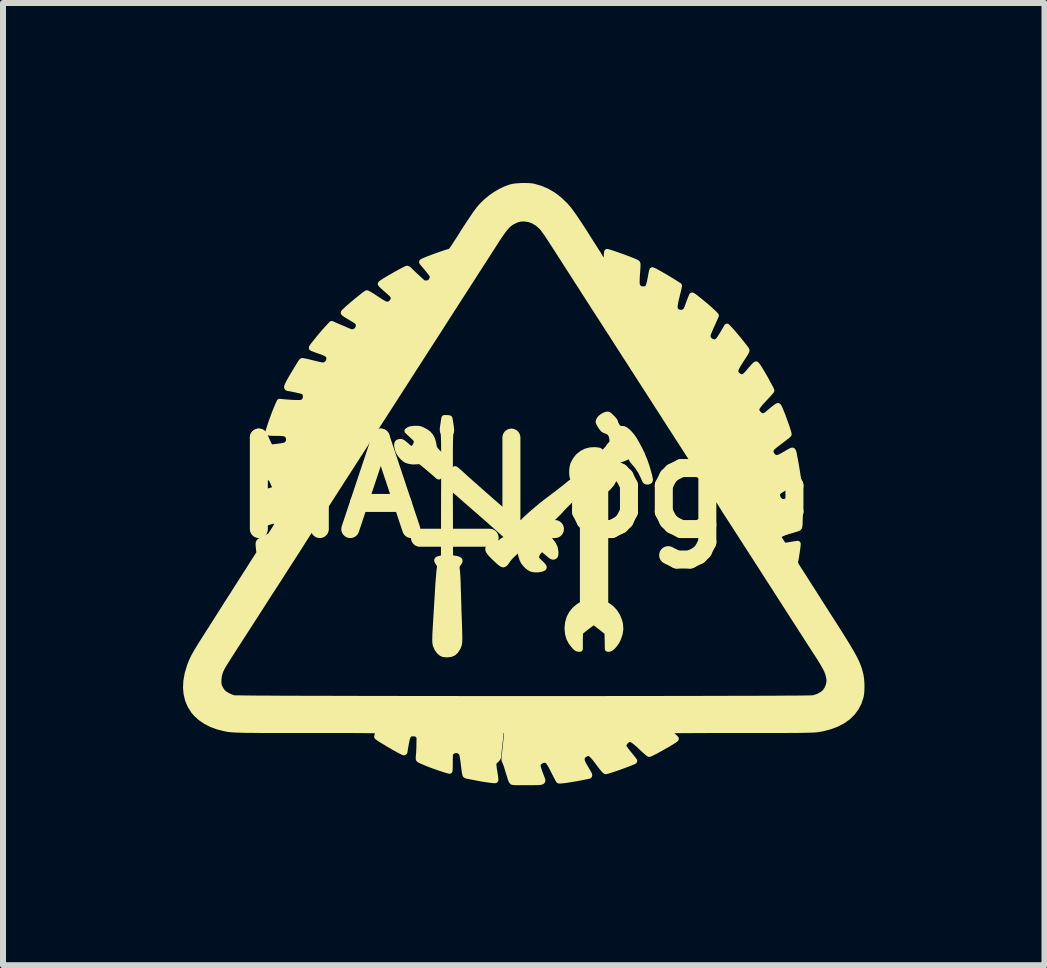
<source format=kicad_pcb>
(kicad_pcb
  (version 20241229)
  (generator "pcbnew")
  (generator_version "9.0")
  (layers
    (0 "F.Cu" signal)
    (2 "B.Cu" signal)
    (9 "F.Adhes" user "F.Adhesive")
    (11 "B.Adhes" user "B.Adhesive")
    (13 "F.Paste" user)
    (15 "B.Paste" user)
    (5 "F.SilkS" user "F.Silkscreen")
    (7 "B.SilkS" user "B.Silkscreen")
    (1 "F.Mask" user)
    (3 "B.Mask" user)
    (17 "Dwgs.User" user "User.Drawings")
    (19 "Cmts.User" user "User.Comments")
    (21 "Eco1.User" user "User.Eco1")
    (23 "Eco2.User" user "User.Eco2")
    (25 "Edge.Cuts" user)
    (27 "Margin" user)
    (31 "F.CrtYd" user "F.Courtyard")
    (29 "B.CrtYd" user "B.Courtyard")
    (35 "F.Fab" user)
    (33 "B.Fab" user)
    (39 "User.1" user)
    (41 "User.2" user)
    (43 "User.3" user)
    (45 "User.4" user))
  (footprint "MA_Logo"
    (layer "F.Cu")
    (at 5.691 5.078)
    (property "Reference" "MA_Logo" (at 0 0 0) (layer "F.SilkS") (effects (font (size 1.524 1.524) (thickness 0.3))))
    (attr through_hole)
    (fp_poly (pts (xy -0.14 1.056) (xy -0.201 1.113) (xy -0.231 1.143) (xy -0.26 1.176) (xy -0.283 1.204) (xy -0.289 1.214) (xy -0.313 1.25) (xy -0.334 1.271) (xy -0.354 1.278) (xy -0.376 1.271) (xy -0.404 1.25) (xy -0.417 1.239) (xy -0.477 1.184) (xy -0.524 1.139) (xy -0.559 1.102) (xy -0.583 1.072) (xy -0.598 1.048) (xy -0.604 1.029) (xy -0.602 1.013) (xy -0.6 1.008) (xy -0.587 0.999) (xy -0.562 0.986) (xy -0.529 0.974) (xy -0.516 0.969) (xy -0.443 0.94) (xy -0.392 0.909) (xy -0.368 0.891) (xy -0.349 0.878) (xy -0.339 0.872) (xy -0.339 0.872) (xy -0.331 0.878) (xy -0.314 0.893) (xy -0.289 0.916) (xy -0.258 0.945) (xy -0.237 0.964) (xy -0.14 1.056)) (stroke (width 0.1) (type solid)) (fill yes) (layer "F.SilkS"))
    (fp_poly (pts (xy 0.917 0.061) (xy 0.78 0.192) (xy 0.737 0.234) (xy 0.696 0.274) (xy 0.659 0.312) (xy 0.629 0.343) (xy 0.608 0.366) (xy 0.604 0.372) (xy 0.587 0.39) (xy 0.562 0.416) (xy 0.53 0.448) (xy 0.493 0.484) (xy 0.453 0.522) (xy 0.411 0.562) (xy 0.37 0.6) (xy 0.332 0.635) (xy 0.298 0.665) (xy 0.27 0.689) (xy 0.251 0.704) (xy 0.241 0.71) (xy 0.241 0.71) (xy 0.228 0.708) (xy 0.205 0.705) (xy 0.19 0.704) (xy 0.155 0.695) (xy 0.124 0.681) (xy 0.119 0.678) (xy 0.087 0.655) (xy 0.056 0.631) (xy 0.027 0.608) (xy 0.003 0.588) (xy -0.013 0.574) (xy -0.017 0.568) (xy -0.011 0.559) (xy 0.007 0.54) (xy 0.034 0.515) (xy 0.069 0.483) (xy 0.109 0.447) (xy 0.154 0.408) (xy 0.201 0.368) (xy 0.248 0.329) (xy 0.293 0.291) (xy 0.336 0.257) (xy 0.368 0.232) (xy 0.451 0.17) (xy 0.521 0.117) (xy 0.58 0.072) (xy 0.628 0.034) (xy 0.668 0.003) (xy 0.699 -0.022) (xy 0.724 -0.042) (xy 0.728 -0.046) (xy 0.754 -0.067) (xy 0.775 -0.084) (xy 0.787 -0.092) (xy 0.789 -0.093) (xy 0.796 -0.086) (xy 0.808 -0.069) (xy 0.814 -0.058) (xy 0.829 -0.033) (xy 0.853 -0.004) (xy 0.874 0.019) (xy 0.917 0.061)) (stroke (width 0.1) (type solid)) (fill yes) (layer "F.SilkS"))
    (fp_poly (pts (xy -1.414 -0.37) (xy -1.414 -0.308) (xy -1.415 -0.262) (xy -1.416 -0.228) (xy -1.418 -0.206) (xy -1.42 -0.193) (xy -1.424 -0.187) (xy -1.426 -0.186) (xy -1.439 -0.19) (xy -1.441 -0.193) (xy -1.448 -0.2) (xy -1.466 -0.216) (xy -1.492 -0.24) (xy -1.524 -0.267) (xy -1.56 -0.298) (xy -1.597 -0.329) (xy -1.632 -0.359) (xy -1.664 -0.385) (xy -1.691 -0.407) (xy -1.703 -0.416) (xy -1.725 -0.432) (xy -1.742 -0.441) (xy -1.76 -0.443) (xy -1.787 -0.441) (xy -1.795 -0.44) (xy -1.856 -0.437) (xy -1.914 -0.444) (xy -1.964 -0.46) (xy -1.968 -0.462) (xy -2.001 -0.483) (xy -2.035 -0.516) (xy -2.067 -0.554) (xy -2.091 -0.593) (xy -2.103 -0.619) (xy -2.117 -0.671) (xy -2.123 -0.71) (xy -2.119 -0.737) (xy -2.105 -0.754) (xy -2.081 -0.761) (xy -2.069 -0.762) (xy -2.052 -0.76) (xy -2.034 -0.753) (xy -2.012 -0.738) (xy -1.983 -0.713) (xy -1.978 -0.709) (xy -1.944 -0.678) (xy -1.919 -0.658) (xy -1.902 -0.645) (xy -1.89 -0.64) (xy -1.88 -0.641) (xy -1.869 -0.647) (xy -1.856 -0.655) (xy -1.822 -0.686) (xy -1.801 -0.726) (xy -1.795 -0.769) (xy -1.796 -0.784) (xy -1.799 -0.797) (xy -1.808 -0.811) (xy -1.824 -0.828) (xy -1.849 -0.852) (xy -1.873 -0.874) (xy -1.95 -0.946) (xy -1.926 -0.962) (xy -1.906 -0.971) (xy -1.877 -0.977) (xy -1.835 -0.981) (xy -1.829 -0.981) (xy -1.791 -0.982) (xy -1.763 -0.98) (xy -1.74 -0.975) (xy -1.714 -0.964) (xy -1.701 -0.959) (xy -1.646 -0.93) (xy -1.602 -0.898) (xy -1.569 -0.86) (xy -1.544 -0.814) (xy -1.525 -0.757) (xy -1.511 -0.685) (xy -1.511 -0.682) (xy -1.504 -0.659) (xy -1.488 -0.634) (xy -1.462 -0.603) (xy -1.46 -0.601) (xy -1.414 -0.553) (xy -1.414 -0.37)) (stroke (width 0.1) (type solid)) (fill yes) (layer "F.SilkS"))
    (fp_poly (pts (xy 0.516 1.084) (xy 0.515 1.114) (xy 0.511 1.131) (xy 0.503 1.141) (xy 0.5 1.143) (xy 0.486 1.149) (xy 0.472 1.149) (xy 0.457 1.144) (xy 0.436 1.13) (xy 0.408 1.106) (xy 0.382 1.084) (xy 0.351 1.058) (xy 0.326 1.036) (xy 0.307 1.022) (xy 0.298 1.016) (xy 0.298 1.016) (xy 0.281 1.022) (xy 0.259 1.039) (xy 0.237 1.061) (xy 0.219 1.085) (xy 0.214 1.093) (xy 0.199 1.126) (xy 0.192 1.15) (xy 0.192 1.171) (xy 0.202 1.192) (xy 0.222 1.216) (xy 0.253 1.247) (xy 0.259 1.253) (xy 0.292 1.285) (xy 0.312 1.308) (xy 0.321 1.323) (xy 0.319 1.334) (xy 0.305 1.343) (xy 0.281 1.351) (xy 0.277 1.352) (xy 0.231 1.361) (xy 0.182 1.362) (xy 0.136 1.356) (xy 0.106 1.346) (xy 0.067 1.321) (xy 0.028 1.286) (xy -0.004 1.247) (xy -0.012 1.236) (xy -0.03 1.201) (xy -0.046 1.155) (xy -0.059 1.106) (xy -0.064 1.075) (xy -0.068 1.048) (xy -0.071 1.025) (xy -0.072 1.02) (xy -0.077 1.011) (xy -0.088 0.998) (xy -0.107 0.978) (xy -0.135 0.95) (xy -0.173 0.915) (xy -0.22 0.872) (xy -0.279 0.819) (xy -0.349 0.757) (xy -0.381 0.728) (xy -0.412 0.7) (xy -0.44 0.676) (xy -0.46 0.658) (xy -0.471 0.648) (xy -0.471 0.648) (xy -0.494 0.627) (xy -0.529 0.597) (xy -0.573 0.557) (xy -0.627 0.51) (xy -0.688 0.456) (xy -0.756 0.397) (xy -0.828 0.334) (xy -0.905 0.267) (xy -0.906 0.266) (xy -1.156 0.048) (xy -1.16 -0.129) (xy -1.161 -0.182) (xy -1.161 -0.229) (xy -1.161 -0.268) (xy -1.16 -0.295) (xy -1.159 -0.309) (xy -1.158 -0.31) (xy -1.15 -0.306) (xy -1.132 -0.292) (xy -1.107 -0.271) (xy -1.076 -0.244) (xy -1.066 -0.235) (xy -1.028 -0.201) (xy -0.989 -0.164) (xy -0.952 -0.131) (xy -0.923 -0.106) (xy -0.901 -0.086) (xy -0.869 -0.057) (xy -0.828 -0.022) (xy -0.783 0.019) (xy -0.734 0.062) (xy -0.693 0.098) (xy -0.576 0.201) (xy -0.465 0.298) (xy -0.361 0.388) (xy -0.264 0.47) (xy -0.176 0.544) (xy -0.097 0.609) (xy -0.027 0.665) (xy 0.032 0.71) (xy 0.079 0.745) (xy 0.089 0.751) (xy 0.114 0.767) (xy 0.135 0.778) (xy 0.156 0.784) (xy 0.183 0.787) (xy 0.218 0.79) (xy 0.281 0.797) (xy 0.333 0.812) (xy 0.378 0.838) (xy 0.422 0.876) (xy 0.435 0.889) (xy 0.478 0.945) (xy 0.505 1.004) (xy 0.516 1.067) (xy 0.516 1.084)) (stroke (width 0.1) (type solid)) (fill yes) (layer "F.SilkS"))
    (fp_poly (pts (xy 2.091 -0.127) (xy 2.084 -0.113) (xy 2.066 -0.104) (xy 2.045 -0.101) (xy 2.025 -0.106) (xy 2.017 -0.112) (xy 2.009 -0.125) (xy 1.998 -0.149) (xy 1.987 -0.177) (xy 1.939 -0.275) (xy 1.883 -0.359) (xy 1.85 -0.398) (xy 1.825 -0.426) (xy 1.805 -0.451) (xy 1.793 -0.47) (xy 1.791 -0.475) (xy 1.777 -0.502) (xy 1.758 -0.52) (xy 1.743 -0.525) (xy 1.726 -0.521) (xy 1.702 -0.512) (xy 1.685 -0.504) (xy 1.655 -0.491) (xy 1.617 -0.477) (xy 1.585 -0.467) (xy 1.558 -0.459) (xy 1.534 -0.449) (xy 1.51 -0.435) (xy 1.481 -0.414) (xy 1.444 -0.385) (xy 1.438 -0.381) (xy 1.401 -0.35) (xy 1.365 -0.321) (xy 1.334 -0.295) (xy 1.312 -0.276) (xy 1.312 -0.275) (xy 1.261 -0.231) (xy 1.221 -0.197) (xy 1.192 -0.173) (xy 1.173 -0.159) (xy 1.162 -0.153) (xy 1.16 -0.152) (xy 1.15 -0.158) (xy 1.13 -0.172) (xy 1.105 -0.192) (xy 1.096 -0.2) (xy 1.069 -0.225) (xy 1.053 -0.242) (xy 1.045 -0.256) (xy 1.042 -0.272) (xy 1.041 -0.284) (xy 1.042 -0.298) (xy 1.045 -0.31) (xy 1.052 -0.322) (xy 1.065 -0.338) (xy 1.086 -0.358) (xy 1.116 -0.386) (xy 1.137 -0.404) (xy 1.177 -0.441) (xy 1.22 -0.481) (xy 1.261 -0.521) (xy 1.301 -0.561) (xy 1.337 -0.597) (xy 1.367 -0.629) (xy 1.39 -0.654) (xy 1.403 -0.67) (xy 1.405 -0.676) (xy 1.411 -0.687) (xy 1.426 -0.704) (xy 1.436 -0.715) (xy 1.453 -0.733) (xy 1.462 -0.748) (xy 1.466 -0.768) (xy 1.466 -0.796) (xy 1.46 -0.845) (xy 1.444 -0.887) (xy 1.422 -0.919) (xy 1.412 -0.926) (xy 1.393 -0.937) (xy 1.366 -0.949) (xy 1.353 -0.953) (xy 1.331 -0.962) (xy 1.313 -0.974) (xy 1.295 -0.994) (xy 1.275 -1.023) (xy 1.257 -1.052) (xy 1.243 -1.077) (xy 1.236 -1.095) (xy 1.236 -1.097) (xy 1.244 -1.125) (xy 1.264 -1.154) (xy 1.295 -1.181) (xy 1.331 -1.203) (xy 1.369 -1.216) (xy 1.37 -1.216) (xy 1.385 -1.218) (xy 1.397 -1.215) (xy 1.412 -1.206) (xy 1.432 -1.188) (xy 1.453 -1.168) (xy 1.477 -1.142) (xy 1.496 -1.12) (xy 1.506 -1.104) (xy 1.507 -1.1) (xy 1.511 -1.086) (xy 1.52 -1.062) (xy 1.529 -1.042) (xy 1.553 -1.006) (xy 1.581 -0.984) (xy 1.611 -0.977) (xy 1.624 -0.979) (xy 1.649 -0.978) (xy 1.68 -0.963) (xy 1.715 -0.936) (xy 1.752 -0.9) (xy 1.789 -0.856) (xy 1.825 -0.805) (xy 1.839 -0.781) (xy 1.856 -0.752) (xy 1.875 -0.717) (xy 1.896 -0.678) (xy 1.917 -0.639) (xy 1.935 -0.602) (xy 1.95 -0.571) (xy 1.961 -0.549) (xy 1.964 -0.539) (xy 1.967 -0.529) (xy 1.976 -0.509) (xy 1.984 -0.489) (xy 1.999 -0.454) (xy 2.015 -0.409) (xy 2.032 -0.359) (xy 2.048 -0.306) (xy 2.063 -0.254) (xy 2.076 -0.206) (xy 2.085 -0.166) (xy 2.091 -0.137) (xy 2.091 -0.127)) (stroke (width 0.1) (type solid)) (fill yes) (layer "F.SilkS"))
    (fp_poly (pts (xy -1.081 1.215) (xy -1.083 1.228) (xy -1.094 1.248) (xy -1.101 1.258) (xy -1.123 1.29) (xy -1.132 1.318) (xy -1.131 1.352) (xy -1.128 1.369) (xy -1.125 1.39) (xy -1.122 1.424) (xy -1.119 1.469) (xy -1.116 1.521) (xy -1.114 1.578) (xy -1.113 1.6) (xy -1.111 1.693) (xy -1.108 1.772) (xy -1.106 1.841) (xy -1.104 1.902) (xy -1.102 1.961) (xy -1.101 2.018) (xy -1.099 2.079) (xy -1.096 2.145) (xy -1.094 2.222) (xy -1.091 2.284) (xy -1.089 2.366) (xy -1.087 2.433) (xy -1.086 2.487) (xy -1.086 2.53) (xy -1.087 2.565) (xy -1.09 2.592) (xy -1.094 2.614) (xy -1.1 2.633) (xy -1.107 2.651) (xy -1.117 2.669) (xy -1.12 2.675) (xy -1.15 2.721) (xy -1.184 2.752) (xy -1.225 2.77) (xy -1.276 2.777) (xy -1.289 2.777) (xy -1.326 2.776) (xy -1.353 2.771) (xy -1.375 2.762) (xy -1.383 2.757) (xy -1.419 2.727) (xy -1.45 2.684) (xy -1.474 2.633) (xy -1.478 2.618) (xy -1.482 2.603) (xy -1.485 2.585) (xy -1.486 2.562) (xy -1.487 2.533) (xy -1.486 2.496) (xy -1.485 2.45) (xy -1.482 2.393) (xy -1.478 2.323) (xy -1.473 2.24) (xy -1.469 2.167) (xy -1.467 2.144) (xy -1.465 2.106) (xy -1.462 2.056) (xy -1.458 1.996) (xy -1.454 1.93) (xy -1.45 1.86) (xy -1.447 1.812) (xy -1.441 1.708) (xy -1.436 1.62) (xy -1.43 1.545) (xy -1.425 1.482) (xy -1.421 1.428) (xy -1.416 1.383) (xy -1.411 1.344) (xy -1.409 1.332) (xy -1.407 1.308) (xy -1.412 1.289) (xy -1.425 1.266) (xy -1.43 1.259) (xy -1.448 1.231) (xy -1.455 1.212) (xy -1.45 1.2) (xy -1.431 1.191) (xy -1.397 1.183) (xy -1.389 1.181) (xy -1.342 1.172) (xy -1.34 0.144) (xy -1.339 -0.011) (xy -1.339 -0.149) (xy -1.339 -0.272) (xy -1.339 -0.381) (xy -1.339 -0.476) (xy -1.339 -0.56) (xy -1.339 -0.631) (xy -1.34 -0.692) (xy -1.34 -0.744) (xy -1.341 -0.786) (xy -1.342 -0.821) (xy -1.343 -0.849) (xy -1.344 -0.87) (xy -1.345 -0.887) (xy -1.347 -0.899) (xy -1.349 -0.908) (xy -1.351 -0.914) (xy -1.351 -0.916) (xy -1.357 -0.931) (xy -1.36 -0.946) (xy -1.361 -0.965) (xy -1.36 -0.99) (xy -1.356 -1.024) (xy -1.349 -1.071) (xy -1.345 -1.099) (xy -1.335 -1.16) (xy -1.295 -1.16) (xy -1.27 -1.159) (xy -1.254 -1.156) (xy -1.25 -1.154) (xy -1.248 -1.143) (xy -1.243 -1.119) (xy -1.238 -1.086) (xy -1.232 -1.047) (xy -1.226 -1.003) (xy -1.223 -0.972) (xy -1.222 -0.951) (xy -1.224 -0.934) (xy -1.229 -0.918) (xy -1.231 -0.911) (xy -1.233 -0.904) (xy -1.235 -0.895) (xy -1.237 -0.883) (xy -1.238 -0.866) (xy -1.239 -0.844) (xy -1.24 -0.816) (xy -1.241 -0.781) (xy -1.242 -0.738) (xy -1.242 -0.686) (xy -1.243 -0.625) (xy -1.243 -0.552) (xy -1.243 -0.469) (xy -1.243 -0.372) (xy -1.243 -0.263) (xy -1.243 -0.139) (xy -1.243 -0.000179) (xy -1.243 0.149) (xy -1.24 1.173) (xy -1.185 1.179) (xy -1.135 1.187) (xy -1.1 1.198) (xy -1.082 1.212) (xy -1.081 1.215)) (stroke (width 0.1) (type solid)) (fill yes) (layer "F.SilkS"))
    (fp_poly (pts (xy 1.598 2.355) (xy 1.586 2.436) (xy 1.558 2.517) (xy 1.552 2.53) (xy 1.529 2.572) (xy 1.502 2.61) (xy 1.474 2.644) (xy 1.446 2.668) (xy 1.422 2.682) (xy 1.412 2.684) (xy 1.389 2.684) (xy 1.387 2.547) (xy 1.384 2.41) (xy 1.274 2.323) (xy 1.237 2.294) (xy 1.203 2.269) (xy 1.194 2.262) (xy 1.194 1.074) (xy 1.194 0.937) (xy 1.194 0.816) (xy 1.194 0.71) (xy 1.193 0.617) (xy 1.193 0.538) (xy 1.193 0.471) (xy 1.192 0.414) (xy 1.191 0.368) (xy 1.191 0.331) (xy 1.19 0.301) (xy 1.188 0.278) (xy 1.187 0.262) (xy 1.185 0.25) (xy 1.183 0.242) (xy 1.181 0.237) (xy 1.18 0.236) (xy 1.16 0.223) (xy 1.138 0.222) (xy 1.121 0.232) (xy 1.118 0.237) (xy 1.116 0.248) (xy 1.115 0.276) (xy 1.113 0.321) (xy 1.112 0.382) (xy 1.111 0.46) (xy 1.11 0.555) (xy 1.11 0.666) (xy 1.109 0.795) (xy 1.109 0.94) (xy 1.109 1.073) (xy 1.109 1.21) (xy 1.109 1.332) (xy 1.109 1.438) (xy 1.11 1.531) (xy 1.11 1.61) (xy 1.11 1.678) (xy 1.111 1.735) (xy 1.112 1.781) (xy 1.113 1.819) (xy 1.114 1.849) (xy 1.115 1.871) (xy 1.116 1.888) (xy 1.118 1.899) (xy 1.12 1.907) (xy 1.122 1.912) (xy 1.14 1.928) (xy 1.158 1.927) (xy 1.177 1.913) (xy 1.18 1.91) (xy 1.182 1.906) (xy 1.184 1.9) (xy 1.186 1.892) (xy 1.188 1.879) (xy 1.189 1.861) (xy 1.19 1.837) (xy 1.191 1.807) (xy 1.192 1.768) (xy 1.193 1.72) (xy 1.193 1.663) (xy 1.193 1.594) (xy 1.194 1.513) (xy 1.194 1.42) (xy 1.194 1.312) (xy 1.194 1.189) (xy 1.194 1.074) (xy 1.194 2.262) (xy 1.177 2.25) (xy 1.159 2.238) (xy 1.153 2.235) (xy 1.144 2.24) (xy 1.124 2.254) (xy 1.097 2.274) (xy 1.065 2.298) (xy 1.031 2.324) (xy 0.998 2.35) (xy 0.968 2.374) (xy 0.945 2.393) (xy 0.931 2.406) (xy 0.929 2.409) (xy 0.927 2.42) (xy 0.925 2.445) (xy 0.924 2.48) (xy 0.923 2.523) (xy 0.923 2.551) (xy 0.923 2.684) (xy 0.898 2.684) (xy 0.882 2.681) (xy 0.864 2.669) (xy 0.841 2.648) (xy 0.83 2.636) (xy 0.781 2.573) (xy 0.746 2.506) (xy 0.726 2.433) (xy 0.718 2.35) (xy 0.718 2.34) (xy 0.726 2.254) (xy 0.749 2.173) (xy 0.787 2.1) (xy 0.838 2.036) (xy 0.902 1.982) (xy 0.923 1.968) (xy 0.974 1.938) (xy 0.974 0.99) (xy 0.974 0.043) (xy 0.949 0.03) (xy 0.916 0.006) (xy 0.882 -0.031) (xy 0.849 -0.076) (xy 0.822 -0.125) (xy 0.805 -0.168) (xy 0.798 -0.206) (xy 0.795 -0.254) (xy 0.797 -0.305) (xy 0.804 -0.352) (xy 0.814 -0.39) (xy 0.814 -0.39) (xy 0.852 -0.462) (xy 0.9 -0.522) (xy 0.959 -0.569) (xy 1.025 -0.603) (xy 1.098 -0.622) (xy 1.176 -0.626) (xy 1.203 -0.623) (xy 1.234 -0.619) (xy 1.254 -0.613) (xy 1.262 -0.605) (xy 1.259 -0.592) (xy 1.244 -0.573) (xy 1.217 -0.546) (xy 1.19 -0.52) (xy 1.159 -0.491) (xy 1.13 -0.467) (xy 1.108 -0.449) (xy 1.095 -0.441) (xy 1.093 -0.44) (xy 1.081 -0.435) (xy 1.061 -0.419) (xy 1.037 -0.397) (xy 1.026 -0.387) (xy 0.974 -0.334) (xy 0.974 -0.261) (xy 0.975 -0.228) (xy 0.977 -0.202) (xy 0.98 -0.187) (xy 0.981 -0.185) (xy 0.991 -0.178) (xy 1.009 -0.163) (xy 1.026 -0.147) (xy 1.056 -0.121) (xy 1.081 -0.105) (xy 1.106 -0.096) (xy 1.139 -0.093) (xy 1.162 -0.093) (xy 1.224 -0.093) (xy 1.274 -0.144) (xy 1.297 -0.169) (xy 1.315 -0.191) (xy 1.325 -0.206) (xy 1.326 -0.209) (xy 1.333 -0.223) (xy 1.35 -0.242) (xy 1.361 -0.252) (xy 1.404 -0.289) (xy 1.441 -0.318) (xy 1.471 -0.34) (xy 1.492 -0.354) (xy 1.502 -0.357) (xy 1.502 -0.356) (xy 1.508 -0.338) (xy 1.512 -0.308) (xy 1.513 -0.272) (xy 1.511 -0.236) (xy 1.508 -0.207) (xy 1.486 -0.133) (xy 1.449 -0.065) (xy 1.397 -0.006) (xy 1.397 -0.005) (xy 1.346 0.041) (xy 1.346 0.992) (xy 1.346 1.943) (xy 1.392 1.971) (xy 1.452 2.016) (xy 1.505 2.075) (xy 1.547 2.143) (xy 1.578 2.219) (xy 1.592 2.276) (xy 1.598 2.355)) (stroke (width 0.1) (type solid)) (fill yes) (layer "F.SilkS"))
    (fp_poly (pts (xy 5.617 3.318) (xy 5.615 3.384) (xy 5.61 3.442) (xy 5.602 3.482) (xy 5.57 3.581) (xy 5.523 3.671) (xy 5.462 3.752) (xy 5.388 3.824) (xy 5.3 3.886) (xy 5.2 3.938) (xy 5.087 3.98) (xy 5.084 3.981) (xy 5.084 3.212) (xy 5.081 3.182) (xy 5.076 3.152) (xy 5.068 3.118) (xy 5.057 3.083) (xy 5.043 3.047) (xy 5.023 3.007) (xy 4.998 2.961) (xy 4.966 2.906) (xy 4.926 2.841) (xy 4.889 2.783) (xy 4.855 2.732) (xy 4.823 2.682) (xy 4.794 2.637) (xy 4.77 2.6) (xy 4.753 2.573) (xy 4.745 2.561) (xy 4.734 2.543) (xy 4.714 2.513) (xy 4.689 2.473) (xy 4.658 2.426) (xy 4.625 2.374) (xy 4.589 2.319) (xy 4.585 2.311) (xy 4.548 2.255) (xy 4.513 2.201) (xy 4.481 2.151) (xy 4.453 2.107) (xy 4.431 2.073) (xy 4.417 2.05) (xy 4.416 2.049) (xy 4.391 2.01) (xy 4.358 1.959) (xy 4.319 1.898) (xy 4.274 1.828) (xy 4.225 1.752) (xy 4.174 1.672) (xy 4.121 1.59) (xy 4.068 1.508) (xy 4.016 1.427) (xy 3.967 1.35) (xy 3.921 1.279) (xy 3.886 1.225) (xy 3.845 1.16) (xy 3.803 1.096) (xy 3.764 1.034) (xy 3.727 0.977) (xy 3.695 0.928) (xy 3.67 0.889) (xy 3.658 0.869) (xy 3.627 0.822) (xy 3.593 0.769) (xy 3.56 0.717) (xy 3.535 0.679) (xy 3.507 0.635) (xy 3.476 0.588) (xy 3.448 0.544) (xy 3.43 0.516) (xy 3.406 0.479) (xy 3.381 0.441) (xy 3.36 0.408) (xy 3.353 0.398) (xy 3.336 0.372) (xy 3.323 0.35) (xy 3.317 0.338) (xy 3.31 0.328) (xy 3.296 0.306) (xy 3.276 0.273) (xy 3.25 0.233) (xy 3.22 0.188) (xy 3.2 0.157) (xy 3.166 0.104) (xy 3.131 0.051) (xy 3.099 0.002) (xy 3.071 -0.041) (xy 3.05 -0.075) (xy 3.043 -0.085) (xy 3.003 -0.148) (xy 2.955 -0.223) (xy 2.899 -0.309) (xy 2.838 -0.405) (xy 2.771 -0.509) (xy 2.701 -0.618) (xy 2.628 -0.732) (xy 2.552 -0.849) (xy 2.477 -0.967) (xy 2.472 -0.974) (xy 2.427 -1.043) (xy 2.376 -1.123) (xy 2.321 -1.209) (xy 2.263 -1.299) (xy 2.206 -1.387) (xy 2.152 -1.472) (xy 2.113 -1.532) (xy 2.062 -1.612) (xy 2.007 -1.697) (xy 1.95 -1.785) (xy 1.893 -1.875) (xy 1.835 -1.964) (xy 1.78 -2.051) (xy 1.727 -2.133) (xy 1.678 -2.208) (xy 1.636 -2.274) (xy 1.6 -2.33) (xy 1.579 -2.362) (xy 1.566 -2.383) (xy 1.544 -2.416) (xy 1.517 -2.459) (xy 1.485 -2.509) (xy 1.45 -2.564) (xy 1.413 -2.621) (xy 1.402 -2.637) (xy 1.343 -2.729) (xy 1.282 -2.824) (xy 1.218 -2.923) (xy 1.153 -3.024) (xy 1.088 -3.126) (xy 1.023 -3.226) (xy 0.96 -3.325) (xy 0.899 -3.42) (xy 0.84 -3.511) (xy 0.786 -3.596) (xy 0.736 -3.673) (xy 0.692 -3.742) (xy 0.654 -3.802) (xy 0.623 -3.85) (xy 0.6 -3.885) (xy 0.594 -3.895) (xy 0.572 -3.929) (xy 0.551 -3.962) (xy 0.535 -3.987) (xy 0.529 -3.996) (xy 0.471 -4.086) (xy 0.422 -4.161) (xy 0.381 -4.223) (xy 0.346 -4.273) (xy 0.319 -4.31) (xy 0.298 -4.337) (xy 0.289 -4.346) (xy 0.222 -4.406) (xy 0.151 -4.449) (xy 0.077 -4.476) (xy -0.001 -4.487) (xy -0.013 -4.487) (xy -0.053 -4.486) (xy -0.087 -4.481) (xy -0.12 -4.472) (xy -0.159 -4.455) (xy -0.184 -4.443) (xy -0.211 -4.429) (xy -0.235 -4.414) (xy -0.259 -4.395) (xy -0.284 -4.373) (xy -0.309 -4.345) (xy -0.338 -4.311) (xy -0.369 -4.269) (xy -0.405 -4.218) (xy -0.447 -4.156) (xy -0.494 -4.083) (xy -0.549 -3.997) (xy -0.572 -3.962) (xy -0.601 -3.916) (xy -0.637 -3.86) (xy -0.677 -3.797) (xy -0.719 -3.733) (xy -0.758 -3.672) (xy -0.774 -3.647) (xy -0.807 -3.597) (xy -0.846 -3.535) (xy -0.891 -3.465) (xy -0.94 -3.39) (xy -0.989 -3.313) (xy -1.039 -3.236) (xy -1.084 -3.166) (xy -1.125 -3.103) (xy -1.164 -3.041) (xy -1.204 -2.979) (xy -1.244 -2.917) (xy -1.286 -2.852) (xy -1.33 -2.783) (xy -1.377 -2.71) (xy -1.428 -2.63) (xy -1.484 -2.543) (xy -1.546 -2.447) (xy -1.614 -2.341) (xy -1.69 -2.224) (xy -1.773 -2.094) (xy -1.791 -2.066) (xy -1.842 -1.988) (xy -1.898 -1.9) (xy -1.958 -1.806) (xy -2.019 -1.711) (xy -2.079 -1.619) (xy -2.133 -1.535) (xy -2.159 -1.494) (xy -2.206 -1.421) (xy -2.257 -1.342) (xy -2.309 -1.261) (xy -2.36 -1.182) (xy -2.408 -1.108) (xy -2.45 -1.042) (xy -2.478 -0.999) (xy -2.514 -0.943) (xy -2.549 -0.889) (xy -2.581 -0.838) (xy -2.609 -0.795) (xy -2.631 -0.761) (xy -2.645 -0.738) (xy -2.646 -0.737) (xy -2.659 -0.716) (xy -2.68 -0.684) (xy -2.707 -0.642) (xy -2.739 -0.591) (xy -2.776 -0.535) (xy -2.814 -0.475) (xy -2.842 -0.432) (xy -2.901 -0.34) (xy -2.967 -0.238) (xy -3.038 -0.128) (xy -3.111 -0.014) (xy -3.184 0.1) (xy -3.255 0.21) (xy -3.322 0.314) (xy -3.357 0.368) (xy -3.373 0.393) (xy -3.396 0.429) (xy -3.426 0.475) (xy -3.459 0.527) (xy -3.496 0.584) (xy -3.534 0.642) (xy -3.544 0.658) (xy -3.58 0.714) (xy -3.615 0.768) (xy -3.646 0.816) (xy -3.672 0.857) (xy -3.693 0.889) (xy -3.706 0.91) (xy -3.708 0.914) (xy -3.722 0.936) (xy -3.742 0.967) (xy -3.765 1.003) (xy -3.777 1.022) (xy -3.836 1.114) (xy -3.901 1.215) (xy -3.971 1.324) (xy -4.042 1.435) (xy -4.113 1.545) (xy -4.181 1.651) (xy -4.244 1.748) (xy -4.244 1.748) (xy -4.282 1.806) (xy -4.317 1.861) (xy -4.349 1.911) (xy -4.376 1.953) (xy -4.397 1.986) (xy -4.411 2.008) (xy -4.416 2.015) (xy -4.426 2.031) (xy -4.445 2.06) (xy -4.473 2.104) (xy -4.509 2.16) (xy -4.554 2.23) (xy -4.607 2.312) (xy -4.668 2.407) (xy -4.737 2.513) (xy -4.762 2.553) (xy -4.825 2.65) (xy -4.88 2.736) (xy -4.929 2.812) (xy -4.969 2.876) (xy -5.002 2.928) (xy -5.026 2.968) (xy -5.041 2.994) (xy -5.043 2.997) (xy -5.075 3.067) (xy -5.094 3.136) (xy -5.101 3.207) (xy -5.101 3.217) (xy -5.1 3.256) (xy -5.097 3.285) (xy -5.09 3.31) (xy -5.077 3.338) (xy -5.077 3.339) (xy -5.059 3.37) (xy -5.039 3.399) (xy -5.026 3.415) (xy -4.992 3.442) (xy -4.948 3.468) (xy -4.899 3.491) (xy -4.851 3.508) (xy -4.846 3.509) (xy -4.834 3.51) (xy -4.805 3.511) (xy -4.761 3.511) (xy -4.701 3.512) (xy -4.627 3.513) (xy -4.539 3.514) (xy -4.437 3.515) (xy -4.323 3.515) (xy -4.196 3.516) (xy -4.058 3.517) (xy -3.908 3.517) (xy -3.748 3.518) (xy -3.579 3.518) (xy -3.399 3.519) (xy -3.212 3.519) (xy -3.016 3.52) (xy -2.812 3.52) (xy -2.602 3.521) (xy -2.385 3.521) (xy -2.162 3.521) (xy -1.934 3.522) (xy -1.701 3.522) (xy -1.465 3.522) (xy -1.225 3.522) (xy -0.982 3.523) (xy -0.736 3.523) (xy -0.489 3.523) (xy -0.241 3.523) (xy 0.007 3.523) (xy 0.256 3.523) (xy 0.504 3.523) (xy 0.75 3.523) (xy 0.995 3.523) (xy 1.238 3.523) (xy 1.477 3.522) (xy 1.713 3.522) (xy 1.945 3.522) (xy 2.172 3.522) (xy 2.394 3.521) (xy 2.609 3.521) (xy 2.819 3.521) (xy 3.021 3.52) (xy 3.215 3.52) (xy 3.402 3.519) (xy 3.579 3.519) (xy 3.747 3.518) (xy 3.905 3.518) (xy 4.053 3.517) (xy 4.189 3.517) (xy 4.313 3.516) (xy 4.425 3.515) (xy 4.525 3.515) (xy 4.61 3.514) (xy 4.682 3.513) (xy 4.738 3.512) (xy 4.78 3.511) (xy 4.806 3.51) (xy 4.814 3.51) (xy 4.893 3.485) (xy 4.957 3.452) (xy 5.008 3.411) (xy 5.045 3.359) (xy 5.071 3.297) (xy 5.077 3.272) (xy 5.082 3.24) (xy 5.084 3.212) (xy 5.084 3.981) (xy 4.962 4.012) (xy 4.877 4.026) (xy 4.863 4.028) (xy 4.845 4.029) (xy 4.822 4.031) (xy 4.795 4.032) (xy 4.761 4.033) (xy 4.721 4.034) (xy 4.673 4.035) (xy 4.616 4.036) (xy 4.55 4.037) (xy 4.474 4.037) (xy 4.387 4.038) (xy 4.288 4.038) (xy 4.176 4.038) (xy 4.051 4.038) (xy 3.911 4.039) (xy 3.756 4.039) (xy 3.585 4.039) (xy 3.58 4.039) (xy 3.438 4.039) (xy 3.301 4.039) (xy 3.17 4.039) (xy 3.045 4.039) (xy 2.928 4.04) (xy 2.82 4.04) (xy 2.72 4.041) (xy 2.632 4.041) (xy 2.554 4.042) (xy 2.489 4.042) (xy 2.437 4.043) (xy 2.4 4.044) (xy 2.377 4.045) (xy 2.371 4.045) (xy 2.377 4.053) (xy 2.394 4.069) (xy 2.418 4.091) (xy 2.447 4.115) (xy 2.477 4.14) (xy 2.501 4.162) (xy 2.517 4.177) (xy 2.523 4.184) (xy 2.516 4.192) (xy 2.496 4.206) (xy 2.466 4.226) (xy 2.427 4.249) (xy 2.383 4.276) (xy 2.334 4.304) (xy 2.285 4.332) (xy 2.235 4.36) (xy 2.189 4.385) (xy 2.148 4.406) (xy 2.114 4.423) (xy 2.091 4.433) (xy 2.079 4.437) (xy 2.069 4.431) (xy 2.049 4.415) (xy 2.022 4.392) (xy 1.988 4.361) (xy 1.951 4.327) (xy 1.95 4.325) (xy 1.897 4.276) (xy 1.853 4.239) (xy 1.818 4.212) (xy 1.79 4.196) (xy 1.766 4.188) (xy 1.746 4.188) (xy 1.744 4.188) (xy 1.705 4.207) (xy 1.673 4.239) (xy 1.66 4.262) (xy 1.649 4.285) (xy 1.646 4.301) (xy 1.65 4.315) (xy 1.657 4.329) (xy 1.668 4.347) (xy 1.687 4.373) (xy 1.713 4.407) (xy 1.742 4.443) (xy 1.75 4.453) (xy 1.778 4.487) (xy 1.802 4.517) (xy 1.819 4.539) (xy 1.828 4.552) (xy 1.829 4.554) (xy 1.821 4.56) (xy 1.8 4.569) (xy 1.767 4.583) (xy 1.726 4.599) (xy 1.678 4.617) (xy 1.626 4.636) (xy 1.573 4.656) (xy 1.52 4.674) (xy 1.47 4.691) (xy 1.426 4.705) (xy 1.391 4.716) (xy 1.365 4.723) (xy 1.354 4.724) (xy 1.342 4.717) (xy 1.322 4.696) (xy 1.293 4.661) (xy 1.254 4.611) (xy 1.239 4.59) (xy 1.196 4.533) (xy 1.16 4.489) (xy 1.131 4.458) (xy 1.107 4.436) (xy 1.085 4.424) (xy 1.066 4.42) (xy 1.063 4.42) (xy 1.042 4.425) (xy 1.015 4.437) (xy 0.989 4.454) (xy 0.969 4.47) (xy 0.957 4.493) (xy 0.953 4.526) (xy 0.953 4.528) (xy 0.954 4.547) (xy 0.959 4.566) (xy 0.969 4.589) (xy 0.984 4.619) (xy 1.007 4.659) (xy 1.015 4.672) (xy 1.042 4.718) (xy 1.061 4.751) (xy 1.073 4.773) (xy 1.079 4.788) (xy 1.079 4.796) (xy 1.076 4.8) (xy 1.068 4.802) (xy 1.065 4.803) (xy 0.996 4.817) (xy 0.926 4.831) (xy 0.857 4.844) (xy 0.791 4.855) (xy 0.73 4.865) (xy 0.676 4.873) (xy 0.631 4.878) (xy 0.598 4.881) (xy 0.578 4.881) (xy 0.574 4.88) (xy 0.568 4.871) (xy 0.556 4.85) (xy 0.54 4.819) (xy 0.519 4.779) (xy 0.499 4.739) (xy 0.469 4.68) (xy 0.445 4.634) (xy 0.425 4.6) (xy 0.408 4.575) (xy 0.394 4.558) (xy 0.379 4.546) (xy 0.365 4.538) (xy 0.364 4.538) (xy 0.331 4.533) (xy 0.295 4.54) (xy 0.262 4.558) (xy 0.235 4.583) (xy 0.221 4.611) (xy 0.219 4.625) (xy 0.22 4.643) (xy 0.224 4.666) (xy 0.234 4.698) (xy 0.248 4.74) (xy 0.269 4.795) (xy 0.271 4.801) (xy 0.283 4.831) (xy 0.292 4.855) (xy 0.298 4.873) (xy 0.297 4.887) (xy 0.29 4.896) (xy 0.273 4.902) (xy 0.247 4.906) (xy 0.209 4.907) (xy 0.157 4.908) (xy 0.091 4.908) (xy 0.055 4.909) (xy -0.021 4.909) (xy -0.081 4.909) (xy -0.128 4.909) (xy -0.162 4.907) (xy -0.185 4.905) (xy -0.199 4.903) (xy -0.204 4.9) (xy -0.213 4.887) (xy -0.224 4.863) (xy -0.235 4.832) (xy -0.236 4.826) (xy -0.246 4.792) (xy -0.256 4.763) (xy -0.262 4.743) (xy -0.263 4.741) (xy -0.269 4.723) (xy -0.277 4.694) (xy -0.287 4.661) (xy -0.288 4.657) (xy -0.299 4.622) (xy -0.311 4.59) (xy -0.321 4.568) (xy -0.322 4.566) (xy -0.329 4.55) (xy -0.333 4.533) (xy -0.333 4.51) (xy -0.33 4.474) (xy -0.33 4.473) (xy -0.319 4.375) (xy -0.309 4.288) (xy -0.302 4.214) (xy -0.295 4.153) (xy -0.291 4.107) (xy -0.288 4.077) (xy -0.288 4.064) (xy -0.289 4.05) (xy -0.293 4.042) (xy -0.306 4.039) (xy -0.331 4.039) (xy -0.339 4.039) (xy -0.363 4.039) (xy -0.379 4.041) (xy -0.389 4.049) (xy -0.395 4.065) (xy -0.398 4.093) (xy -0.402 4.128) (xy -0.405 4.16) (xy -0.409 4.202) (xy -0.414 4.245) (xy -0.415 4.259) (xy -0.424 4.333) (xy -0.43 4.392) (xy -0.435 4.437) (xy -0.438 4.468) (xy -0.44 4.487) (xy -0.44 4.494) (xy -0.446 4.506) (xy -0.461 4.523) (xy -0.475 4.537) (xy -0.496 4.558) (xy -0.512 4.578) (xy -0.517 4.587) (xy -0.519 4.605) (xy -0.516 4.639) (xy -0.51 4.689) (xy -0.502 4.737) (xy -0.495 4.782) (xy -0.489 4.821) (xy -0.486 4.852) (xy -0.485 4.87) (xy -0.486 4.874) (xy -0.496 4.876) (xy -0.521 4.874) (xy -0.558 4.87) (xy -0.603 4.864) (xy -0.654 4.857) (xy -0.709 4.848) (xy -0.765 4.837) (xy -0.813 4.828) (xy -0.856 4.82) (xy -0.895 4.812) (xy -0.926 4.806) (xy -0.946 4.803) (xy -0.946 4.803) (xy -0.968 4.797) (xy -0.982 4.788) (xy -0.982 4.788) (xy -0.986 4.776) (xy -0.992 4.75) (xy -0.997 4.714) (xy -1.004 4.669) (xy -1.008 4.63) (xy -1.016 4.566) (xy -1.023 4.517) (xy -1.029 4.48) (xy -1.035 4.452) (xy -1.042 4.433) (xy -1.05 4.417) (xy -1.06 4.405) (xy -1.066 4.399) (xy -1.1 4.378) (xy -1.138 4.371) (xy -1.177 4.378) (xy -1.214 4.4) (xy -1.227 4.413) (xy -1.234 4.421) (xy -1.238 4.431) (xy -1.241 4.446) (xy -1.243 4.468) (xy -1.244 4.501) (xy -1.245 4.547) (xy -1.245 4.572) (xy -1.245 4.619) (xy -1.246 4.66) (xy -1.247 4.692) (xy -1.248 4.712) (xy -1.249 4.718) (xy -1.258 4.716) (xy -1.28 4.71) (xy -1.313 4.7) (xy -1.354 4.687) (xy -1.4 4.672) (xy -1.449 4.655) (xy -1.498 4.638) (xy -1.528 4.627) (xy -1.564 4.614) (xy -1.605 4.598) (xy -1.646 4.581) (xy -1.685 4.564) (xy -1.718 4.55) (xy -1.742 4.539) (xy -1.753 4.532) (xy -1.761 4.523) (xy -1.763 4.507) (xy -1.761 4.48) (xy -1.76 4.472) (xy -1.758 4.447) (xy -1.755 4.409) (xy -1.753 4.362) (xy -1.751 4.312) (xy -1.751 4.286) (xy -1.748 4.149) (xy -1.776 4.121) (xy -1.794 4.105) (xy -1.81 4.097) (xy -1.833 4.094) (xy -1.854 4.094) (xy -1.885 4.095) (xy -1.906 4.1) (xy -1.922 4.111) (xy -1.926 4.114) (xy -1.943 4.137) (xy -1.955 4.164) (xy -1.956 4.165) (xy -1.961 4.188) (xy -1.968 4.221) (xy -1.976 4.26) (xy -1.983 4.301) (xy -1.99 4.339) (xy -1.995 4.37) (xy -1.998 4.391) (xy -1.998 4.396) (xy -2.003 4.409) (xy -2.009 4.411) (xy -2.021 4.407) (xy -2.045 4.395) (xy -2.078 4.378) (xy -2.119 4.355) (xy -2.165 4.33) (xy -2.214 4.301) (xy -2.264 4.272) (xy -2.312 4.243) (xy -2.357 4.216) (xy -2.396 4.192) (xy -2.426 4.172) (xy -2.447 4.158) (xy -2.455 4.15) (xy -2.455 4.15) (xy -2.453 4.139) (xy -2.447 4.118) (xy -2.443 4.103) (xy -2.435 4.077) (xy -2.431 4.056) (xy -2.43 4.05) (xy -2.432 4.048) (xy -2.44 4.047) (xy -2.453 4.046) (xy -2.472 4.044) (xy -2.499 4.043) (xy -2.535 4.042) (xy -2.579 4.042) (xy -2.632 4.041) (xy -2.696 4.04) (xy -2.771 4.04) (xy -2.858 4.039) (xy -2.958 4.039) (xy -3.07 4.039) (xy -3.197 4.039) (xy -3.339 4.039) (xy -3.497 4.039) (xy -3.619 4.039) (xy -3.788 4.039) (xy -3.941 4.039) (xy -4.079 4.038) (xy -4.203 4.038) (xy -4.314 4.038) (xy -4.412 4.038) (xy -4.499 4.037) (xy -4.575 4.036) (xy -4.641 4.036) (xy -4.699 4.035) (xy -4.749 4.033) (xy -4.792 4.032) (xy -4.83 4.03) (xy -4.862 4.028) (xy -4.89 4.026) (xy -4.914 4.023) (xy -4.937 4.02) (xy -4.958 4.017) (xy -4.978 4.013) (xy -4.999 4.009) (xy -5.002 4.008) (xy -5.113 3.98) (xy -5.217 3.941) (xy -5.312 3.892) (xy -5.396 3.835) (xy -5.468 3.77) (xy -5.509 3.723) (xy -5.565 3.635) (xy -5.606 3.54) (xy -5.631 3.439) (xy -5.641 3.333) (xy -5.635 3.22) (xy -5.614 3.102) (xy -5.577 2.979) (xy -5.565 2.947) (xy -5.552 2.913) (xy -5.538 2.881) (xy -5.523 2.848) (xy -5.506 2.814) (xy -5.485 2.776) (xy -5.46 2.733) (xy -5.43 2.683) (xy -5.395 2.625) (xy -5.352 2.558) (xy -5.302 2.479) (xy -5.252 2.4) (xy -5.23 2.367) (xy -5.202 2.322) (xy -5.168 2.269) (xy -5.132 2.212) (xy -5.095 2.154) (xy -5.072 2.117) (xy -5.033 2.056) (xy -4.992 1.991) (xy -4.951 1.926) (xy -4.912 1.865) (xy -4.878 1.813) (xy -4.864 1.791) (xy -4.834 1.744) (xy -4.797 1.686) (xy -4.757 1.623) (xy -4.716 1.558) (xy -4.675 1.494) (xy -4.657 1.465) (xy -4.62 1.408) (xy -4.583 1.35) (xy -4.548 1.294) (xy -4.516 1.244) (xy -4.49 1.203) (xy -4.476 1.182) (xy -4.417 1.09) (xy -4.424 1.026) (xy -4.429 0.979) (xy -4.431 0.946) (xy -4.43 0.922) (xy -4.422 0.905) (xy -4.407 0.891) (xy -4.381 0.876) (xy -4.344 0.858) (xy -4.333 0.852) (xy -4.233 0.8) (xy -4.17 0.701) (xy -4.147 0.664) (xy -4.129 0.632) (xy -4.116 0.607) (xy -4.111 0.593) (xy -4.111 0.591) (xy -4.123 0.576) (xy -4.146 0.562) (xy -4.171 0.552) (xy -4.185 0.55) (xy -4.201 0.553) (xy -4.229 0.561) (xy -4.265 0.572) (xy -4.302 0.585) (xy -4.358 0.605) (xy -4.399 0.619) (xy -4.428 0.628) (xy -4.446 0.633) (xy -4.456 0.635) (xy -4.457 0.627) (xy -4.459 0.604) (xy -4.46 0.568) (xy -4.461 0.522) (xy -4.462 0.466) (xy -4.462 0.405) (xy -4.462 0.381) (xy -4.461 0.308) (xy -4.461 0.251) (xy -4.46 0.206) (xy -4.459 0.174) (xy -4.458 0.15) (xy -4.455 0.135) (xy -4.453 0.126) (xy -4.449 0.121) (xy -4.447 0.12) (xy -4.434 0.115) (xy -4.408 0.106) (xy -4.372 0.095) (xy -4.328 0.081) (xy -4.284 0.068) (xy -4.235 0.053) (xy -4.19 0.039) (xy -4.153 0.026) (xy -4.126 0.016) (xy -4.113 0.01) (xy -4.103 0.005) (xy -4.092 0.002) (xy -4.076 0.001) (xy -4.052 0.002) (xy -4.019 0.005) (xy -3.972 0.01) (xy -3.952 0.012) (xy -3.903 0.017) (xy -3.857 0.022) (xy -3.818 0.027) (xy -3.79 0.03) (xy -3.78 0.031) (xy -3.761 0.033) (xy -3.748 0.03) (xy -3.737 0.019) (xy -3.722 -0.002) (xy -3.718 -0.009) (xy -3.704 -0.034) (xy -3.696 -0.054) (xy -3.695 -0.064) (xy -3.705 -0.069) (xy -3.73 -0.075) (xy -3.766 -0.079) (xy -3.769 -0.079) (xy -3.809 -0.082) (xy -3.854 -0.086) (xy -3.903 -0.091) (xy -3.95 -0.097) (xy -3.994 -0.102) (xy -4.031 -0.107) (xy -4.058 -0.111) (xy -4.072 -0.114) (xy -4.073 -0.115) (xy -4.08 -0.127) (xy -4.081 -0.131) (xy -4.088 -0.146) (xy -4.106 -0.162) (xy -4.129 -0.176) (xy -4.152 -0.185) (xy -4.162 -0.186) (xy -4.179 -0.185) (xy -4.209 -0.181) (xy -4.248 -0.175) (xy -4.293 -0.168) (xy -4.305 -0.165) (xy -4.348 -0.159) (xy -4.385 -0.153) (xy -4.412 -0.151) (xy -4.428 -0.15) (xy -4.429 -0.151) (xy -4.43 -0.161) (xy -4.428 -0.185) (xy -4.424 -0.221) (xy -4.418 -0.264) (xy -4.41 -0.314) (xy -4.402 -0.366) (xy -4.392 -0.419) (xy -4.383 -0.469) (xy -4.377 -0.5) (xy -4.369 -0.539) (xy -4.361 -0.576) (xy -4.356 -0.604) (xy -4.354 -0.616) (xy -4.348 -0.637) (xy -4.341 -0.65) (xy -4.34 -0.65) (xy -4.328 -0.654) (xy -4.303 -0.659) (xy -4.269 -0.664) (xy -4.238 -0.668) (xy -4.165 -0.676) (xy -4.107 -0.683) (xy -4.062 -0.689) (xy -4.028 -0.694) (xy -4.004 -0.7) (xy -3.986 -0.705) (xy -3.973 -0.711) (xy -3.972 -0.712) (xy -3.943 -0.738) (xy -3.927 -0.771) (xy -3.922 -0.807) (xy -3.929 -0.843) (xy -3.947 -0.875) (xy -3.976 -0.898) (xy -3.989 -0.903) (xy -4.009 -0.907) (xy -4.043 -0.911) (xy -4.088 -0.913) (xy -4.14 -0.914) (xy -4.142 -0.914) (xy -4.194 -0.914) (xy -4.23 -0.916) (xy -4.253 -0.918) (xy -4.265 -0.922) (xy -4.267 -0.925) (xy -4.264 -0.939) (xy -4.257 -0.967) (xy -4.245 -1.005) (xy -4.23 -1.05) (xy -4.213 -1.1) (xy -4.194 -1.153) (xy -4.182 -1.185) (xy -4.166 -1.23) (xy -4.152 -1.265) (xy -4.139 -1.297) (xy -4.125 -1.331) (xy -4.107 -1.373) (xy -4.098 -1.393) (xy -4.081 -1.431) (xy -4.041 -1.427) (xy -3.99 -1.422) (xy -3.936 -1.418) (xy -3.882 -1.414) (xy -3.83 -1.412) (xy -3.784 -1.411) (xy -3.746 -1.411) (xy -3.722 -1.413) (xy -3.716 -1.414) (xy -3.679 -1.432) (xy -3.655 -1.461) (xy -3.643 -1.502) (xy -3.643 -1.502) (xy -3.644 -1.546) (xy -3.657 -1.58) (xy -3.682 -1.604) (xy -3.685 -1.606) (xy -3.7 -1.611) (xy -3.727 -1.618) (xy -3.763 -1.626) (xy -3.804 -1.636) (xy -3.846 -1.644) (xy -3.884 -1.652) (xy -3.915 -1.657) (xy -3.935 -1.66) (xy -3.936 -1.66) (xy -3.947 -1.664) (xy -3.953 -1.667) (xy -3.956 -1.674) (xy -3.954 -1.688) (xy -3.945 -1.711) (xy -3.93 -1.743) (xy -3.907 -1.785) (xy -3.876 -1.839) (xy -3.836 -1.906) (xy -3.827 -1.921) (xy -3.793 -1.978) (xy -3.765 -2.023) (xy -3.745 -2.057) (xy -3.73 -2.08) (xy -3.719 -2.096) (xy -3.711 -2.105) (xy -3.706 -2.11) (xy -3.704 -2.111) (xy -3.694 -2.11) (xy -3.669 -2.105) (xy -3.634 -2.098) (xy -3.59 -2.088) (xy -3.54 -2.075) (xy -3.531 -2.073) (xy -3.474 -2.059) (xy -3.431 -2.049) (xy -3.4 -2.042) (xy -3.377 -2.038) (xy -3.36 -2.037) (xy -3.346 -2.038) (xy -3.332 -2.041) (xy -3.327 -2.043) (xy -3.292 -2.061) (xy -3.267 -2.092) (xy -3.253 -2.133) (xy -3.251 -2.156) (xy -3.255 -2.185) (xy -3.269 -2.209) (xy -3.295 -2.231) (xy -3.334 -2.251) (xy -3.375 -2.267) (xy -3.432 -2.287) (xy -3.475 -2.302) (xy -3.506 -2.314) (xy -3.526 -2.322) (xy -3.538 -2.327) (xy -3.543 -2.33) (xy -3.544 -2.33) (xy -3.541 -2.338) (xy -3.528 -2.358) (xy -3.507 -2.386) (xy -3.479 -2.421) (xy -3.446 -2.462) (xy -3.41 -2.506) (xy -3.371 -2.552) (xy -3.332 -2.598) (xy -3.293 -2.641) (xy -3.257 -2.681) (xy -3.256 -2.682) (xy -3.213 -2.728) (xy -3.175 -2.711) (xy -3.151 -2.701) (xy -3.118 -2.686) (xy -3.078 -2.669) (xy -3.044 -2.655) (xy -3.005 -2.638) (xy -2.969 -2.622) (xy -2.941 -2.61) (xy -2.926 -2.603) (xy -2.884 -2.59) (xy -2.844 -2.593) (xy -2.809 -2.609) (xy -2.781 -2.637) (xy -2.764 -2.675) (xy -2.76 -2.708) (xy -2.762 -2.727) (xy -2.768 -2.744) (xy -2.78 -2.761) (xy -2.801 -2.779) (xy -2.832 -2.8) (xy -2.875 -2.826) (xy -2.907 -2.845) (xy -2.945 -2.867) (xy -2.976 -2.887) (xy -2.999 -2.904) (xy -3.011 -2.914) (xy -3.012 -2.917) (xy -3.005 -2.927) (xy -2.986 -2.945) (xy -2.959 -2.971) (xy -2.924 -3.002) (xy -2.884 -3.036) (xy -2.84 -3.073) (xy -2.796 -3.11) (xy -2.753 -3.145) (xy -2.713 -3.177) (xy -2.678 -3.205) (xy -2.651 -3.225) (xy -2.632 -3.238) (xy -2.628 -3.24) (xy -2.618 -3.237) (xy -2.596 -3.225) (xy -2.566 -3.207) (xy -2.528 -3.184) (xy -2.489 -3.158) (xy -2.434 -3.122) (xy -2.391 -3.094) (xy -2.357 -3.074) (xy -2.331 -3.061) (xy -2.31 -3.053) (xy -2.292 -3.049) (xy -2.278 -3.048) (xy -2.251 -3.055) (xy -2.223 -3.074) (xy -2.199 -3.1) (xy -2.184 -3.129) (xy -2.178 -3.151) (xy -2.178 -3.171) (xy -2.184 -3.19) (xy -2.198 -3.211) (xy -2.221 -3.236) (xy -2.256 -3.268) (xy -2.291 -3.299) (xy -2.326 -3.329) (xy -2.356 -3.357) (xy -2.379 -3.378) (xy -2.392 -3.393) (xy -2.394 -3.397) (xy -2.385 -3.406) (xy -2.364 -3.42) (xy -2.333 -3.441) (xy -2.293 -3.465) (xy -2.248 -3.492) (xy -2.199 -3.52) (xy -2.149 -3.549) (xy -2.1 -3.576) (xy -2.055 -3.601) (xy -2.015 -3.622) (xy -1.983 -3.638) (xy -1.962 -3.647) (xy -1.954 -3.649) (xy -1.941 -3.643) (xy -1.923 -3.629) (xy -1.917 -3.623) (xy -1.903 -3.608) (xy -1.878 -3.584) (xy -1.847 -3.555) (xy -1.811 -3.521) (xy -1.788 -3.5) (xy -1.684 -3.404) (xy -1.638 -3.404) (xy -1.61 -3.405) (xy -1.59 -3.411) (xy -1.572 -3.424) (xy -1.563 -3.433) (xy -1.538 -3.467) (xy -1.527 -3.503) (xy -1.53 -3.537) (xy -1.531 -3.539) (xy -1.54 -3.553) (xy -1.557 -3.577) (xy -1.581 -3.607) (xy -1.609 -3.642) (xy -1.621 -3.657) (xy -1.65 -3.691) (xy -1.675 -3.721) (xy -1.694 -3.744) (xy -1.705 -3.757) (xy -1.706 -3.76) (xy -1.701 -3.765) (xy -1.681 -3.775) (xy -1.65 -3.789) (xy -1.61 -3.805) (xy -1.563 -3.823) (xy -1.512 -3.843) (xy -1.458 -3.862) (xy -1.405 -3.881) (xy -1.355 -3.898) (xy -1.309 -3.913) (xy -1.271 -3.925) (xy -1.243 -3.932) (xy -1.232 -3.937) (xy -1.219 -3.949) (xy -1.203 -3.97) (xy -1.181 -4.001) (xy -1.152 -4.045) (xy -1.147 -4.053) (xy -1.12 -4.095) (xy -1.095 -4.134) (xy -1.074 -4.167) (xy -1.059 -4.191) (xy -1.054 -4.199) (xy -0.994 -4.293) (xy -0.942 -4.373) (xy -0.897 -4.441) (xy -0.858 -4.499) (xy -0.825 -4.549) (xy -0.795 -4.591) (xy -0.768 -4.626) (xy -0.743 -4.657) (xy -0.719 -4.685) (xy -0.696 -4.71) (xy -0.671 -4.735) (xy -0.644 -4.76) (xy -0.637 -4.767) (xy -0.564 -4.828) (xy -0.483 -4.885) (xy -0.399 -4.934) (xy -0.314 -4.975) (xy -0.234 -5.004) (xy -0.22 -5.008) (xy -0.178 -5.017) (xy -0.124 -5.023) (xy -0.063 -5.027) (xy -0.000063 -5.028) (xy 0.06 -5.027) (xy 0.113 -5.023) (xy 0.151 -5.017) (xy 0.266 -4.984) (xy 0.375 -4.937) (xy 0.478 -4.877) (xy 0.577 -4.801) (xy 0.673 -4.71) (xy 0.705 -4.674) (xy 0.735 -4.639) (xy 0.772 -4.589) (xy 0.817 -4.527) (xy 0.867 -4.453) (xy 0.923 -4.369) (xy 0.984 -4.275) (xy 1.035 -4.195) (xy 1.066 -4.145) (xy 1.1 -4.092) (xy 1.133 -4.04) (xy 1.162 -3.995) (xy 1.173 -3.977) (xy 1.196 -3.941) (xy 1.216 -3.91) (xy 1.232 -3.885) (xy 1.24 -3.872) (xy 1.24 -3.871) (xy 1.254 -3.847) (xy 1.273 -3.818) (xy 1.294 -3.785) (xy 1.315 -3.752) (xy 1.335 -3.722) (xy 1.352 -3.699) (xy 1.362 -3.685) (xy 1.365 -3.683) (xy 1.367 -3.691) (xy 1.369 -3.713) (xy 1.371 -3.746) (xy 1.372 -3.787) (xy 1.372 -3.806) (xy 1.372 -3.849) (xy 1.373 -3.886) (xy 1.375 -3.913) (xy 1.378 -3.927) (xy 1.379 -3.929) (xy 1.391 -3.926) (xy 1.417 -3.918) (xy 1.452 -3.907) (xy 1.496 -3.892) (xy 1.543 -3.876) (xy 1.593 -3.858) (xy 1.641 -3.841) (xy 1.686 -3.824) (xy 1.698 -3.82) (xy 1.757 -3.797) (xy 1.803 -3.779) (xy 1.836 -3.765) (xy 1.859 -3.754) (xy 1.874 -3.746) (xy 1.881 -3.739) (xy 1.883 -3.736) (xy 1.884 -3.724) (xy 1.884 -3.699) (xy 1.882 -3.663) (xy 1.88 -3.621) (xy 1.879 -3.61) (xy 1.874 -3.541) (xy 1.871 -3.487) (xy 1.87 -3.445) (xy 1.87 -3.414) (xy 1.872 -3.39) (xy 1.875 -3.373) (xy 1.88 -3.359) (xy 1.882 -3.355) (xy 1.907 -3.325) (xy 1.942 -3.307) (xy 1.987 -3.304) (xy 1.992 -3.304) (xy 2.015 -3.307) (xy 2.033 -3.313) (xy 2.049 -3.324) (xy 2.062 -3.34) (xy 2.073 -3.365) (xy 2.084 -3.4) (xy 2.094 -3.446) (xy 2.106 -3.506) (xy 2.117 -3.567) (xy 2.123 -3.595) (xy 2.128 -3.616) (xy 2.131 -3.624) (xy 2.131 -3.624) (xy 2.143 -3.62) (xy 2.168 -3.608) (xy 2.202 -3.59) (xy 2.244 -3.567) (xy 2.291 -3.54) (xy 2.342 -3.511) (xy 2.393 -3.48) (xy 2.443 -3.45) (xy 2.488 -3.422) (xy 2.575 -3.366) (xy 2.57 -3.336) (xy 2.566 -3.318) (xy 2.559 -3.287) (xy 2.549 -3.246) (xy 2.538 -3.2) (xy 2.53 -3.167) (xy 2.515 -3.103) (xy 2.506 -3.052) (xy 2.502 -3.013) (xy 2.505 -2.983) (xy 2.514 -2.961) (xy 2.529 -2.943) (xy 2.552 -2.928) (xy 2.559 -2.924) (xy 2.598 -2.912) (xy 2.637 -2.916) (xy 2.672 -2.933) (xy 2.699 -2.964) (xy 2.712 -2.991) (xy 2.72 -3.014) (xy 2.733 -3.048) (xy 2.747 -3.088) (xy 2.756 -3.111) (xy 2.769 -3.147) (xy 2.781 -3.176) (xy 2.79 -3.196) (xy 2.793 -3.203) (xy 2.801 -3.2) (xy 2.821 -3.187) (xy 2.849 -3.167) (xy 2.883 -3.14) (xy 2.923 -3.108) (xy 2.965 -3.073) (xy 3.009 -3.037) (xy 3.052 -3) (xy 3.091 -2.965) (xy 3.126 -2.933) (xy 3.155 -2.906) (xy 3.172 -2.888) (xy 3.19 -2.868) (xy 3.165 -2.812) (xy 3.151 -2.78) (xy 3.138 -2.75) (xy 3.129 -2.731) (xy 3.099 -2.665) (xy 3.077 -2.613) (xy 3.062 -2.575) (xy 3.053 -2.548) (xy 3.051 -2.537) (xy 3.054 -2.502) (xy 3.07 -2.47) (xy 3.098 -2.444) (xy 3.133 -2.427) (xy 3.168 -2.421) (xy 3.188 -2.424) (xy 3.207 -2.432) (xy 3.226 -2.447) (xy 3.247 -2.472) (xy 3.271 -2.508) (xy 3.301 -2.556) (xy 3.313 -2.576) (xy 3.376 -2.684) (xy 3.433 -2.623) (xy 3.456 -2.598) (xy 3.484 -2.565) (xy 3.517 -2.526) (xy 3.552 -2.484) (xy 3.587 -2.441) (xy 3.621 -2.399) (xy 3.651 -2.361) (xy 3.675 -2.33) (xy 3.692 -2.307) (xy 3.699 -2.297) (xy 3.7 -2.289) (xy 3.698 -2.277) (xy 3.69 -2.26) (xy 3.676 -2.236) (xy 3.655 -2.202) (xy 3.625 -2.156) (xy 3.614 -2.139) (xy 3.578 -2.083) (xy 3.551 -2.039) (xy 3.532 -2.004) (xy 3.52 -1.976) (xy 3.515 -1.953) (xy 3.514 -1.933) (xy 3.517 -1.918) (xy 3.531 -1.892) (xy 3.555 -1.868) (xy 3.586 -1.849) (xy 3.596 -1.845) (xy 3.619 -1.84) (xy 3.639 -1.841) (xy 3.66 -1.85) (xy 3.684 -1.867) (xy 3.713 -1.896) (xy 3.748 -1.936) (xy 3.764 -1.956) (xy 3.794 -1.99) (xy 3.82 -2.02) (xy 3.842 -2.041) (xy 3.856 -2.053) (xy 3.86 -2.055) (xy 3.868 -2.047) (xy 3.884 -2.027) (xy 3.905 -1.996) (xy 3.929 -1.957) (xy 3.956 -1.913) (xy 3.984 -1.865) (xy 4.012 -1.817) (xy 4.026 -1.791) (xy 4.046 -1.752) (xy 4.067 -1.714) (xy 4.084 -1.682) (xy 4.091 -1.671) (xy 4.104 -1.646) (xy 4.112 -1.627) (xy 4.115 -1.619) (xy 4.109 -1.611) (xy 4.094 -1.592) (xy 4.07 -1.565) (xy 4.04 -1.532) (xy 4.005 -1.495) (xy 4 -1.489) (xy 3.963 -1.45) (xy 3.93 -1.413) (xy 3.903 -1.38) (xy 3.883 -1.354) (xy 3.873 -1.338) (xy 3.872 -1.338) (xy 3.864 -1.299) (xy 3.872 -1.263) (xy 3.897 -1.23) (xy 3.897 -1.23) (xy 3.932 -1.202) (xy 3.964 -1.189) (xy 3.995 -1.192) (xy 4.029 -1.209) (xy 4.051 -1.226) (xy 4.104 -1.271) (xy 4.146 -1.306) (xy 4.178 -1.331) (xy 4.201 -1.348) (xy 4.217 -1.358) (xy 4.226 -1.361) (xy 4.228 -1.36) (xy 4.235 -1.351) (xy 4.247 -1.328) (xy 4.262 -1.294) (xy 4.279 -1.251) (xy 4.299 -1.202) (xy 4.318 -1.15) (xy 4.338 -1.096) (xy 4.357 -1.043) (xy 4.374 -0.994) (xy 4.387 -0.952) (xy 4.397 -0.918) (xy 4.402 -0.895) (xy 4.403 -0.89) (xy 4.396 -0.882) (xy 4.378 -0.866) (xy 4.35 -0.844) (xy 4.315 -0.817) (xy 4.274 -0.786) (xy 4.266 -0.78) (xy 4.223 -0.747) (xy 4.184 -0.717) (xy 4.151 -0.69) (xy 4.127 -0.669) (xy 4.114 -0.655) (xy 4.114 -0.654) (xy 4.1 -0.619) (xy 4.102 -0.582) (xy 4.119 -0.546) (xy 4.15 -0.512) (xy 4.173 -0.498) (xy 4.198 -0.493) (xy 4.228 -0.497) (xy 4.265 -0.511) (xy 4.312 -0.536) (xy 4.322 -0.542) (xy 4.369 -0.569) (xy 4.403 -0.589) (xy 4.428 -0.603) (xy 4.444 -0.611) (xy 4.454 -0.616) (xy 4.461 -0.618) (xy 4.466 -0.618) (xy 4.475 -0.61) (xy 4.484 -0.587) (xy 4.487 -0.574) (xy 4.496 -0.523) (xy 4.507 -0.466) (xy 4.518 -0.407) (xy 4.527 -0.352) (xy 4.535 -0.306) (xy 4.537 -0.292) (xy 4.544 -0.25) (xy 4.551 -0.204) (xy 4.555 -0.175) (xy 4.559 -0.146) (xy 4.562 -0.124) (xy 4.562 -0.114) (xy 4.562 -0.114) (xy 4.554 -0.11) (xy 4.533 -0.099) (xy 4.502 -0.083) (xy 4.462 -0.063) (xy 4.416 -0.041) (xy 4.406 -0.035) (xy 4.344 -0.004) (xy 4.297 0.022) (xy 4.261 0.044) (xy 4.236 0.063) (xy 4.22 0.08) (xy 4.212 0.098) (xy 4.209 0.118) (xy 4.21 0.134) (xy 4.222 0.178) (xy 4.248 0.211) (xy 4.278 0.231) (xy 4.292 0.238) (xy 4.305 0.241) (xy 4.32 0.241) (xy 4.341 0.236) (xy 4.37 0.226) (xy 4.411 0.211) (xy 4.415 0.209) (xy 4.469 0.189) (xy 4.509 0.174) (xy 4.538 0.164) (xy 4.557 0.158) (xy 4.569 0.156) (xy 4.576 0.157) (xy 4.58 0.16) (xy 4.581 0.162) (xy 4.583 0.173) (xy 4.585 0.199) (xy 4.586 0.236) (xy 4.587 0.282) (xy 4.588 0.334) (xy 4.588 0.389) (xy 4.588 0.445) (xy 4.588 0.499) (xy 4.587 0.548) (xy 4.586 0.59) (xy 4.584 0.621) (xy 4.582 0.638) (xy 4.58 0.649) (xy 4.579 0.657) (xy 4.574 0.664) (xy 4.566 0.671) (xy 4.551 0.677) (xy 4.527 0.685) (xy 4.493 0.696) (xy 4.446 0.71) (xy 4.407 0.721) (xy 4.342 0.741) (xy 4.292 0.757) (xy 4.256 0.771) (xy 4.233 0.782) (xy 4.22 0.791) (xy 4.217 0.799) (xy 4.221 0.81) (xy 4.233 0.831) (xy 4.25 0.859) (xy 4.263 0.88) (xy 4.283 0.91) (xy 4.298 0.935) (xy 4.308 0.952) (xy 4.31 0.957) (xy 4.313 0.964) (xy 4.326 0.967) (xy 4.35 0.967) (xy 4.386 0.962) (xy 4.437 0.954) (xy 4.442 0.953) (xy 4.483 0.946) (xy 4.517 0.94) (xy 4.542 0.937) (xy 4.554 0.936) (xy 4.554 0.936) (xy 4.554 0.945) (xy 4.552 0.968) (xy 4.548 1.001) (xy 4.543 1.04) (xy 4.537 1.082) (xy 4.53 1.125) (xy 4.524 1.164) (xy 4.518 1.197) (xy 4.517 1.202) (xy 4.513 1.221) (xy 4.51 1.236) (xy 4.51 1.249) (xy 4.513 1.264) (xy 4.52 1.281) (xy 4.532 1.304) (xy 4.551 1.334) (xy 4.576 1.374) (xy 4.61 1.426) (xy 4.61 1.427) (xy 4.637 1.468) (xy 4.67 1.521) (xy 4.709 1.582) (xy 4.751 1.648) (xy 4.795 1.716) (xy 4.838 1.783) (xy 4.856 1.812) (xy 4.895 1.874) (xy 4.934 1.935) (xy 4.97 1.992) (xy 5.003 2.043) (xy 5.03 2.087) (xy 5.051 2.119) (xy 5.061 2.134) (xy 5.14 2.257) (xy 5.211 2.368) (xy 5.273 2.467) (xy 5.328 2.555) (xy 5.376 2.633) (xy 5.417 2.702) (xy 5.453 2.764) (xy 5.483 2.819) (xy 5.509 2.868) (xy 5.53 2.913) (xy 5.548 2.954) (xy 5.563 2.993) (xy 5.576 3.031) (xy 5.586 3.069) (xy 5.596 3.107) (xy 5.602 3.133) (xy 5.61 3.187) (xy 5.615 3.251) (xy 5.617 3.318)) (stroke (width 0.1) (type solid)) (fill yes) (layer "F.SilkS")))
  (gr_rect
    (start -3 -3)
    (end 14.358 13.037)
    (stroke (width 0.1) (type default))
    (fill no)
    (layer "Edge.Cuts")))
</source>
